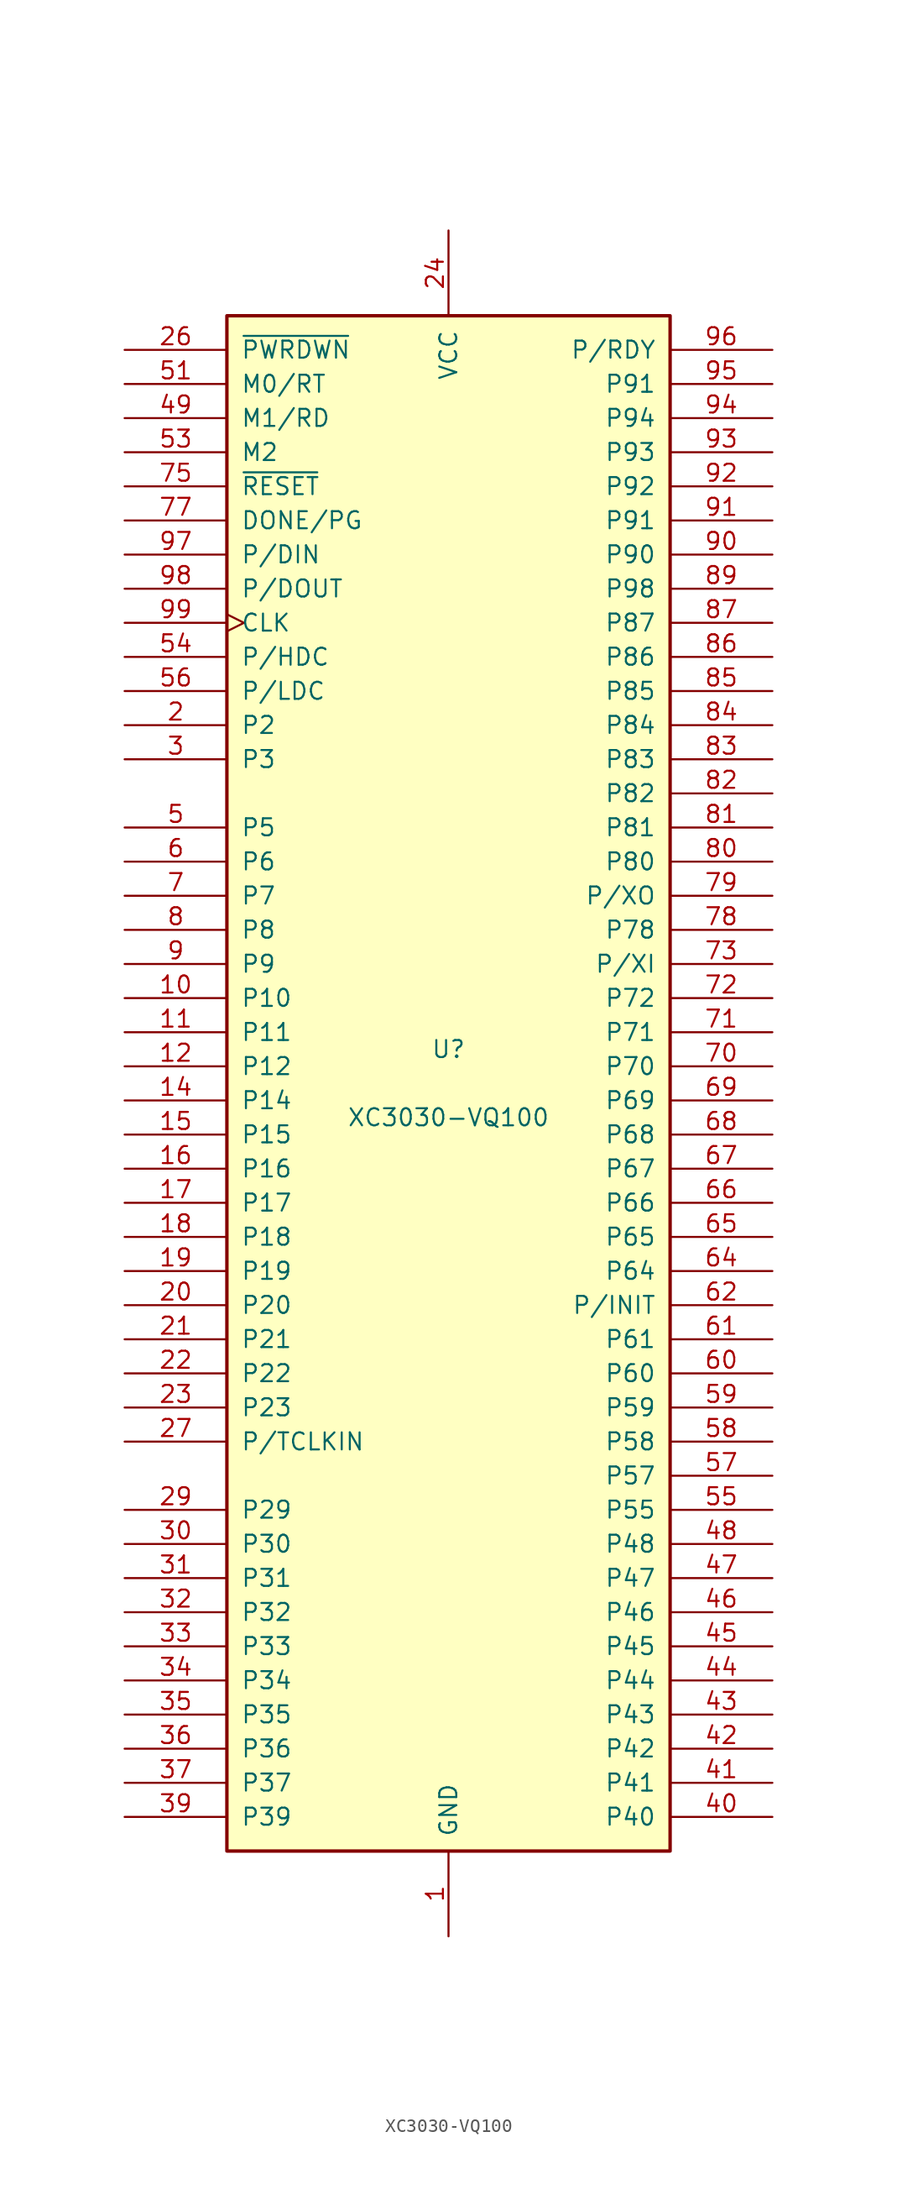
<source format=kicad_sym>
(kicad_symbol_lib
  (version 20241209)
  (generator "kicad_symbol_editor")
  (generator_version "9.0")
  (symbol "XC3030-VQ100"
    (pin_names
      (offset 1.016))
    (property "Reference" "U"
      (at 0 2.54 0)
      (effects (font (size 1.27 1.27))))
    (property "Value" "XC3030-VQ100"
      (at 0 -2.54 0)
      (effects (font (size 1.27 1.27))))
    (symbol "XC3030-VQ100_0_1"
      (rectangle (start -16.51 -57.15) (end 16.51 57.15) (stroke (width 0.254) (type default)) (fill (type background))))
    (symbol "XC3030-VQ100_1_1"
      (pin input line (at -24.13 54.61 0) (length 7.62) (name "~{PWRDWN}" (effects (font (size 1.27 1.27)))) (number "26" (effects (font (size 1.27 1.27)))))
      (pin input line (at -24.13 52.07 0) (length 7.62) (name "M0/RT" (effects (font (size 1.27 1.27)))) (number "51" (effects (font (size 1.27 1.27)))))
      (pin input line (at -24.13 49.53 0) (length 7.62) (name "M1/RD" (effects (font (size 1.27 1.27)))) (number "49" (effects (font (size 1.27 1.27)))))
      (pin passive line (at -24.13 46.99 0) (length 7.62) (name "M2" (effects (font (size 1.27 1.27)))) (number "53" (effects (font (size 1.27 1.27)))))
      (pin input line (at -24.13 44.45 0) (length 7.62) (name "~{RESET}" (effects (font (size 1.27 1.27)))) (number "75" (effects (font (size 1.27 1.27)))))
      (pin open_collector line (at -24.13 41.91 0) (length 7.62) (name "DONE/PG" (effects (font (size 1.27 1.27)))) (number "77" (effects (font (size 1.27 1.27)))))
      (pin passive line (at -24.13 39.37 0) (length 7.62) (name "P/DIN" (effects (font (size 1.27 1.27)))) (number "97" (effects (font (size 1.27 1.27)))))
      (pin passive line (at -24.13 36.83 0) (length 7.62) (name "P/DOUT" (effects (font (size 1.27 1.27)))) (number "98" (effects (font (size 1.27 1.27)))))
      (pin bidirectional clock (at -24.13 34.29 0) (length 7.62) (name "CLK" (effects (font (size 1.27 1.27)))) (number "99" (effects (font (size 1.27 1.27)))))
      (pin passive line (at -24.13 31.75 0) (length 7.62) (name "P/HDC" (effects (font (size 1.27 1.27)))) (number "54" (effects (font (size 1.27 1.27)))))
      (pin passive line (at -24.13 29.21 0) (length 7.62) (name "P/LDC" (effects (font (size 1.27 1.27)))) (number "56" (effects (font (size 1.27 1.27)))))
      (pin passive line (at -24.13 26.67 0) (length 7.62) (name "P2" (effects (font (size 1.27 1.27)))) (number "2" (effects (font (size 1.27 1.27)))))
      (pin passive line (at -24.13 24.13 0) (length 7.62) (name "P3" (effects (font (size 1.27 1.27)))) (number "3" (effects (font (size 1.27 1.27)))))
      (pin passive line (at -24.13 19.05 0) (length 7.62) (name "P5" (effects (font (size 1.27 1.27)))) (number "5" (effects (font (size 1.27 1.27)))))
      (pin passive line (at -24.13 16.51 0) (length 7.62) (name "P6" (effects (font (size 1.27 1.27)))) (number "6" (effects (font (size 1.27 1.27)))))
      (pin passive line (at -24.13 13.97 0) (length 7.62) (name "P7" (effects (font (size 1.27 1.27)))) (number "7" (effects (font (size 1.27 1.27)))))
      (pin passive line (at -24.13 11.43 0) (length 7.62) (name "P8" (effects (font (size 1.27 1.27)))) (number "8" (effects (font (size 1.27 1.27)))))
      (pin passive line (at -24.13 8.89 0) (length 7.62) (name "P9" (effects (font (size 1.27 1.27)))) (number "9" (effects (font (size 1.27 1.27)))))
      (pin passive line (at -24.13 6.35 0) (length 7.62) (name "P10" (effects (font (size 1.27 1.27)))) (number "10" (effects (font (size 1.27 1.27)))))
      (pin passive line (at -24.13 3.81 0) (length 7.62) (name "P11" (effects (font (size 1.27 1.27)))) (number "11" (effects (font (size 1.27 1.27)))))
      (pin passive line (at -24.13 1.27 0) (length 7.62) (name "P12" (effects (font (size 1.27 1.27)))) (number "12" (effects (font (size 1.27 1.27)))))
      (pin passive line (at -24.13 -1.27 0) (length 7.62) (name "P14" (effects (font (size 1.27 1.27)))) (number "14" (effects (font (size 1.27 1.27)))))
      (pin passive line (at -24.13 -3.81 0) (length 7.62) (name "P15" (effects (font (size 1.27 1.27)))) (number "15" (effects (font (size 1.27 1.27)))))
      (pin passive line (at -24.13 -6.35 0) (length 7.62) (name "P16" (effects (font (size 1.27 1.27)))) (number "16" (effects (font (size 1.27 1.27)))))
      (pin passive line (at -24.13 -8.89 0) (length 7.62) (name "P17" (effects (font (size 1.27 1.27)))) (number "17" (effects (font (size 1.27 1.27)))))
      (pin passive line (at -24.13 -11.43 0) (length 7.62) (name "P18" (effects (font (size 1.27 1.27)))) (number "18" (effects (font (size 1.27 1.27)))))
      (pin passive line (at -24.13 -13.97 0) (length 7.62) (name "P19" (effects (font (size 1.27 1.27)))) (number "19" (effects (font (size 1.27 1.27)))))
      (pin passive line (at -24.13 -16.51 0) (length 7.62) (name "P20" (effects (font (size 1.27 1.27)))) (number "20" (effects (font (size 1.27 1.27)))))
      (pin passive line (at -24.13 -19.05 0) (length 7.62) (name "P21" (effects (font (size 1.27 1.27)))) (number "21" (effects (font (size 1.27 1.27)))))
      (pin passive line (at -24.13 -21.59 0) (length 7.62) (name "P22" (effects (font (size 1.27 1.27)))) (number "22" (effects (font (size 1.27 1.27)))))
      (pin passive line (at -24.13 -24.13 0) (length 7.62) (name "P23" (effects (font (size 1.27 1.27)))) (number "23" (effects (font (size 1.27 1.27)))))
      (pin passive line (at -24.13 -26.67 0) (length 7.62) (name "P/TCLKIN" (effects (font (size 1.27 1.27)))) (number "27" (effects (font (size 1.27 1.27)))))
      (pin passive line (at -24.13 -31.75 0) (length 7.62) (name "P29" (effects (font (size 1.27 1.27)))) (number "29" (effects (font (size 1.27 1.27)))))
      (pin passive line (at -24.13 -34.29 0) (length 7.62) (name "P30" (effects (font (size 1.27 1.27)))) (number "30" (effects (font (size 1.27 1.27)))))
      (pin passive line (at -24.13 -36.83 0) (length 7.62) (name "P31" (effects (font (size 1.27 1.27)))) (number "31" (effects (font (size 1.27 1.27)))))
      (pin passive line (at -24.13 -39.37 0) (length 7.62) (name "P32" (effects (font (size 1.27 1.27)))) (number "32" (effects (font (size 1.27 1.27)))))
      (pin passive line (at -24.13 -41.91 0) (length 7.62) (name "P33" (effects (font (size 1.27 1.27)))) (number "33" (effects (font (size 1.27 1.27)))))
      (pin passive line (at -24.13 -44.45 0) (length 7.62) (name "P34" (effects (font (size 1.27 1.27)))) (number "34" (effects (font (size 1.27 1.27)))))
      (pin passive line (at -24.13 -46.99 0) (length 7.62) (name "P35" (effects (font (size 1.27 1.27)))) (number "35" (effects (font (size 1.27 1.27)))))
      (pin passive line (at -24.13 -49.53 0) (length 7.62) (name "P36" (effects (font (size 1.27 1.27)))) (number "36" (effects (font (size 1.27 1.27)))))
      (pin passive line (at -24.13 -52.07 0) (length 7.62) (name "P37" (effects (font (size 1.27 1.27)))) (number "37" (effects (font (size 1.27 1.27)))))
      (pin passive line (at -24.13 -54.61 0) (length 7.62) (name "P39" (effects (font (size 1.27 1.27)))) (number "39" (effects (font (size 1.27 1.27)))))
      (pin passive line (at 0 63.5 270) (length 6.35) (hide yes) (name "VCC" (effects (font (size 1.27 1.27)))) (number "100" (effects (font (size 1.27 1.27)))))
      (pin power_in line (at 0 63.5 270) (length 6.35) (name "VCC" (effects (font (size 1.27 1.27)))) (number "24" (effects (font (size 1.27 1.27)))))
      (pin passive line (at 0 63.5 270) (length 6.35) (hide yes) (name "VCC" (effects (font (size 1.27 1.27)))) (number "38" (effects (font (size 1.27 1.27)))))
      (pin passive line (at 0 63.5 270) (length 6.35) (hide yes) (name "VCC" (effects (font (size 1.27 1.27)))) (number "52" (effects (font (size 1.27 1.27)))))
      (pin passive line (at 0 63.5 270) (length 6.35) (hide yes) (name "VCC" (effects (font (size 1.27 1.27)))) (number "76" (effects (font (size 1.27 1.27)))))
      (pin passive line (at 0 63.5 270) (length 6.35) (hide yes) (name "VCC" (effects (font (size 1.27 1.27)))) (number "88" (effects (font (size 1.27 1.27)))))
      (pin power_in line (at 0 -63.5 90) (length 6.35) (name "GND" (effects (font (size 1.27 1.27)))) (number "1" (effects (font (size 1.27 1.27)))))
      (pin passive line (at 0 -63.5 90) (length 6.35) (hide yes) (name "GND" (effects (font (size 1.27 1.27)))) (number "13" (effects (font (size 1.27 1.27)))))
      (pin passive line (at 0 -63.5 90) (length 6.35) (hide yes) (name "GND" (effects (font (size 1.27 1.27)))) (number "25" (effects (font (size 1.27 1.27)))))
      (pin passive line (at 0 -63.5 90) (length 6.35) (hide yes) (name "GND" (effects (font (size 1.27 1.27)))) (number "50" (effects (font (size 1.27 1.27)))))
      (pin passive line (at 0 -63.5 90) (length 6.35) (hide yes) (name "GND" (effects (font (size 1.27 1.27)))) (number "63" (effects (font (size 1.27 1.27)))))
      (pin passive line (at 0 -63.5 90) (length 6.35) (hide yes) (name "GND" (effects (font (size 1.27 1.27)))) (number "74" (effects (font (size 1.27 1.27)))))
      (pin passive line (at 24.13 54.61 180) (length 7.62) (name "P/RDY" (effects (font (size 1.27 1.27)))) (number "96" (effects (font (size 1.27 1.27)))))
      (pin passive line (at 24.13 52.07 180) (length 7.62) (name "P91" (effects (font (size 1.27 1.27)))) (number "95" (effects (font (size 1.27 1.27)))))
      (pin passive line (at 24.13 49.53 180) (length 7.62) (name "P94" (effects (font (size 1.27 1.27)))) (number "94" (effects (font (size 1.27 1.27)))))
      (pin passive line (at 24.13 46.99 180) (length 7.62) (name "P93" (effects (font (size 1.27 1.27)))) (number "93" (effects (font (size 1.27 1.27)))))
      (pin passive line (at 24.13 44.45 180) (length 7.62) (name "P92" (effects (font (size 1.27 1.27)))) (number "92" (effects (font (size 1.27 1.27)))))
      (pin passive line (at 24.13 41.91 180) (length 7.62) (name "P91" (effects (font (size 1.27 1.27)))) (number "91" (effects (font (size 1.27 1.27)))))
      (pin passive line (at 24.13 39.37 180) (length 7.62) (name "P90" (effects (font (size 1.27 1.27)))) (number "90" (effects (font (size 1.27 1.27)))))
      (pin passive line (at 24.13 36.83 180) (length 7.62) (name "P98" (effects (font (size 1.27 1.27)))) (number "89" (effects (font (size 1.27 1.27)))))
      (pin passive line (at 24.13 34.29 180) (length 7.62) (name "P87" (effects (font (size 1.27 1.27)))) (number "87" (effects (font (size 1.27 1.27)))))
      (pin passive line (at 24.13 31.75 180) (length 7.62) (name "P86" (effects (font (size 1.27 1.27)))) (number "86" (effects (font (size 1.27 1.27)))))
      (pin passive line (at 24.13 29.21 180) (length 7.62) (name "P85" (effects (font (size 1.27 1.27)))) (number "85" (effects (font (size 1.27 1.27)))))
      (pin passive line (at 24.13 26.67 180) (length 7.62) (name "P84" (effects (font (size 1.27 1.27)))) (number "84" (effects (font (size 1.27 1.27)))))
      (pin passive line (at 24.13 24.13 180) (length 7.62) (name "P83" (effects (font (size 1.27 1.27)))) (number "83" (effects (font (size 1.27 1.27)))))
      (pin passive line (at 24.13 21.59 180) (length 7.62) (name "P82" (effects (font (size 1.27 1.27)))) (number "82" (effects (font (size 1.27 1.27)))))
      (pin passive line (at 24.13 19.05 180) (length 7.62) (name "P81" (effects (font (size 1.27 1.27)))) (number "81" (effects (font (size 1.27 1.27)))))
      (pin passive line (at 24.13 16.51 180) (length 7.62) (name "P80" (effects (font (size 1.27 1.27)))) (number "80" (effects (font (size 1.27 1.27)))))
      (pin passive line (at 24.13 13.97 180) (length 7.62) (name "P/XO" (effects (font (size 1.27 1.27)))) (number "79" (effects (font (size 1.27 1.27)))))
      (pin passive line (at 24.13 11.43 180) (length 7.62) (name "P78" (effects (font (size 1.27 1.27)))) (number "78" (effects (font (size 1.27 1.27)))))
      (pin passive line (at 24.13 8.89 180) (length 7.62) (name "P/XI" (effects (font (size 1.27 1.27)))) (number "73" (effects (font (size 1.27 1.27)))))
      (pin passive line (at 24.13 6.35 180) (length 7.62) (name "P72" (effects (font (size 1.27 1.27)))) (number "72" (effects (font (size 1.27 1.27)))))
      (pin passive line (at 24.13 3.81 180) (length 7.62) (name "P71" (effects (font (size 1.27 1.27)))) (number "71" (effects (font (size 1.27 1.27)))))
      (pin passive line (at 24.13 1.27 180) (length 7.62) (name "P70" (effects (font (size 1.27 1.27)))) (number "70" (effects (font (size 1.27 1.27)))))
      (pin passive line (at 24.13 -1.27 180) (length 7.62) (name "P69" (effects (font (size 1.27 1.27)))) (number "69" (effects (font (size 1.27 1.27)))))
      (pin passive line (at 24.13 -3.81 180) (length 7.62) (name "P68" (effects (font (size 1.27 1.27)))) (number "68" (effects (font (size 1.27 1.27)))))
      (pin passive line (at 24.13 -6.35 180) (length 7.62) (name "P67" (effects (font (size 1.27 1.27)))) (number "67" (effects (font (size 1.27 1.27)))))
      (pin passive line (at 24.13 -8.89 180) (length 7.62) (name "P66" (effects (font (size 1.27 1.27)))) (number "66" (effects (font (size 1.27 1.27)))))
      (pin passive line (at 24.13 -11.43 180) (length 7.62) (name "P65" (effects (font (size 1.27 1.27)))) (number "65" (effects (font (size 1.27 1.27)))))
      (pin passive line (at 24.13 -13.97 180) (length 7.62) (name "P64" (effects (font (size 1.27 1.27)))) (number "64" (effects (font (size 1.27 1.27)))))
      (pin passive line (at 24.13 -16.51 180) (length 7.62) (name "P/INIT" (effects (font (size 1.27 1.27)))) (number "62" (effects (font (size 1.27 1.27)))))
      (pin passive line (at 24.13 -19.05 180) (length 7.62) (name "P61" (effects (font (size 1.27 1.27)))) (number "61" (effects (font (size 1.27 1.27)))))
      (pin passive line (at 24.13 -21.59 180) (length 7.62) (name "P60" (effects (font (size 1.27 1.27)))) (number "60" (effects (font (size 1.27 1.27)))))
      (pin passive line (at 24.13 -24.13 180) (length 7.62) (name "P59" (effects (font (size 1.27 1.27)))) (number "59" (effects (font (size 1.27 1.27)))))
      (pin passive line (at 24.13 -26.67 180) (length 7.62) (name "P58" (effects (font (size 1.27 1.27)))) (number "58" (effects (font (size 1.27 1.27)))))
      (pin passive line (at 24.13 -29.21 180) (length 7.62) (name "P57" (effects (font (size 1.27 1.27)))) (number "57" (effects (font (size 1.27 1.27)))))
      (pin passive line (at 24.13 -31.75 180) (length 7.62) (name "P55" (effects (font (size 1.27 1.27)))) (number "55" (effects (font (size 1.27 1.27)))))
      (pin passive line (at 24.13 -34.29 180) (length 7.62) (name "P48" (effects (font (size 1.27 1.27)))) (number "48" (effects (font (size 1.27 1.27)))))
      (pin passive line (at 24.13 -36.83 180) (length 7.62) (name "P47" (effects (font (size 1.27 1.27)))) (number "47" (effects (font (size 1.27 1.27)))))
      (pin passive line (at 24.13 -39.37 180) (length 7.62) (name "P46" (effects (font (size 1.27 1.27)))) (number "46" (effects (font (size 1.27 1.27)))))
      (pin passive line (at 24.13 -41.91 180) (length 7.62) (name "P45" (effects (font (size 1.27 1.27)))) (number "45" (effects (font (size 1.27 1.27)))))
      (pin passive line (at 24.13 -44.45 180) (length 7.62) (name "P44" (effects (font (size 1.27 1.27)))) (number "44" (effects (font (size 1.27 1.27)))))
      (pin passive line (at 24.13 -46.99 180) (length 7.62) (name "P43" (effects (font (size 1.27 1.27)))) (number "43" (effects (font (size 1.27 1.27)))))
      (pin passive line (at 24.13 -49.53 180) (length 7.62) (name "P42" (effects (font (size 1.27 1.27)))) (number "42" (effects (font (size 1.27 1.27)))))
      (pin passive line (at 24.13 -52.07 180) (length 7.62) (name "P41" (effects (font (size 1.27 1.27)))) (number "41" (effects (font (size 1.27 1.27)))))
      (pin passive line (at 24.13 -54.61 180) (length 7.62) (name "P40" (effects (font (size 1.27 1.27)))) (number "40" (effects (font (size 1.27 1.27))))))))
</source>
